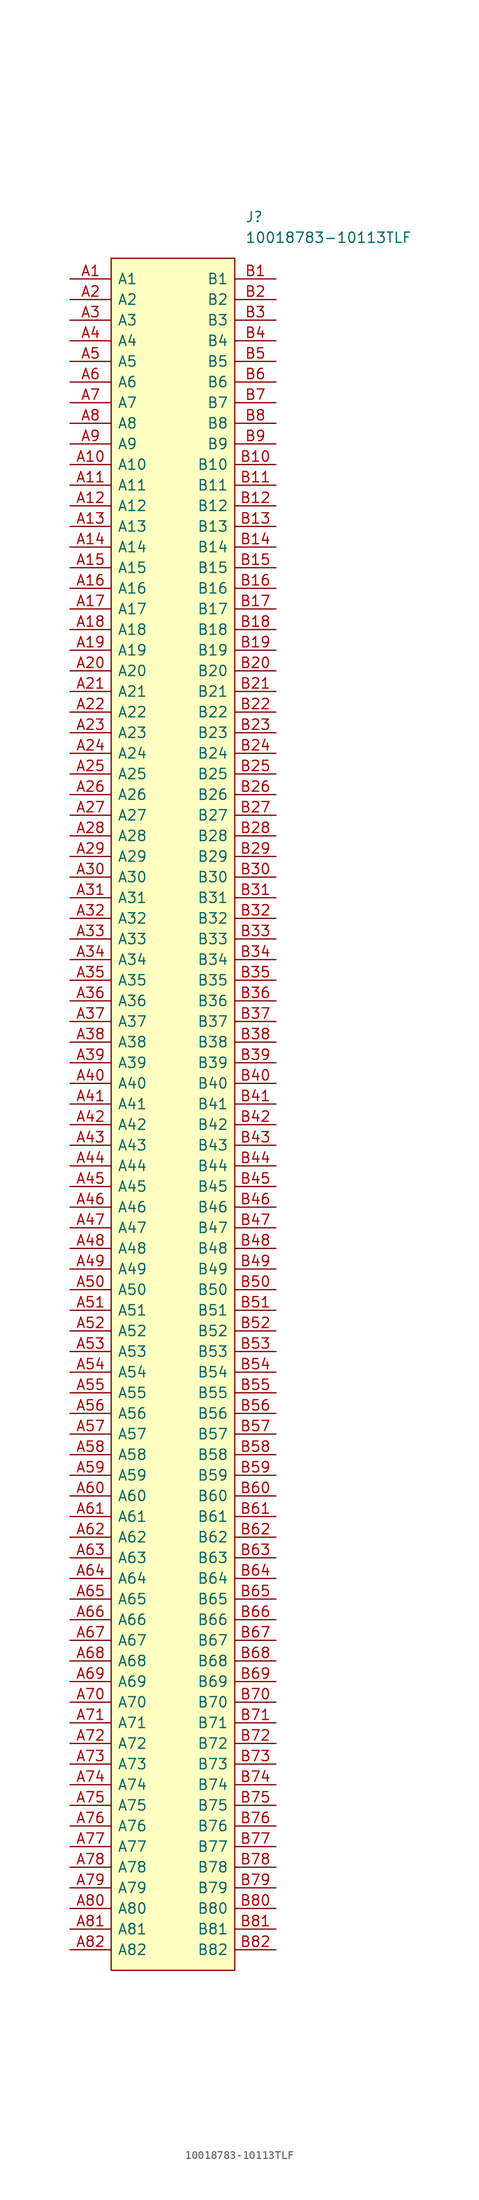
<source format=kicad_sym>
(kicad_symbol_lib
  (version 20231120)
  (generator "kicad_symbol_editor")
  (generator_version "8.0")
  (symbol "10018783-10113TLF"
    (pin_names
      (offset 0.762))
    (property "Reference" "J"
      (at 21.59 7.62 0)
      (effects (font (size 1.27 1.27)) (justify left)))
    (property "Value" "10018783-10113TLF"
      (at 21.59 5.08 0)
      (effects (font (size 1.27 1.27)) (justify left)))
    (symbol "10018783-10113TLF_0_0"
      (pin passive line (at 0 0 0) (length 5.08) (name "A1" (effects (font (size 1.27 1.27)))) (number "A1" (effects (font (size 1.27 1.27)))))
      (pin passive line (at 0 -22.86 0) (length 5.08) (name "A10" (effects (font (size 1.27 1.27)))) (number "A10" (effects (font (size 1.27 1.27)))))
      (pin passive line (at 0 -25.4 0) (length 5.08) (name "A11" (effects (font (size 1.27 1.27)))) (number "A11" (effects (font (size 1.27 1.27)))))
      (pin passive line (at 0 -27.94 0) (length 5.08) (name "A12" (effects (font (size 1.27 1.27)))) (number "A12" (effects (font (size 1.27 1.27)))))
      (pin passive line (at 0 -30.48 0) (length 5.08) (name "A13" (effects (font (size 1.27 1.27)))) (number "A13" (effects (font (size 1.27 1.27)))))
      (pin passive line (at 0 -33.02 0) (length 5.08) (name "A14" (effects (font (size 1.27 1.27)))) (number "A14" (effects (font (size 1.27 1.27)))))
      (pin passive line (at 0 -35.56 0) (length 5.08) (name "A15" (effects (font (size 1.27 1.27)))) (number "A15" (effects (font (size 1.27 1.27)))))
      (pin passive line (at 0 -38.1 0) (length 5.08) (name "A16" (effects (font (size 1.27 1.27)))) (number "A16" (effects (font (size 1.27 1.27)))))
      (pin passive line (at 0 -40.64 0) (length 5.08) (name "A17" (effects (font (size 1.27 1.27)))) (number "A17" (effects (font (size 1.27 1.27)))))
      (pin passive line (at 0 -43.18 0) (length 5.08) (name "A18" (effects (font (size 1.27 1.27)))) (number "A18" (effects (font (size 1.27 1.27)))))
      (pin passive line (at 0 -45.72 0) (length 5.08) (name "A19" (effects (font (size 1.27 1.27)))) (number "A19" (effects (font (size 1.27 1.27)))))
      (pin passive line (at 0 -2.54 0) (length 5.08) (name "A2" (effects (font (size 1.27 1.27)))) (number "A2" (effects (font (size 1.27 1.27)))))
      (pin passive line (at 0 -48.26 0) (length 5.08) (name "A20" (effects (font (size 1.27 1.27)))) (number "A20" (effects (font (size 1.27 1.27)))))
      (pin passive line (at 0 -50.8 0) (length 5.08) (name "A21" (effects (font (size 1.27 1.27)))) (number "A21" (effects (font (size 1.27 1.27)))))
      (pin passive line (at 0 -53.34 0) (length 5.08) (name "A22" (effects (font (size 1.27 1.27)))) (number "A22" (effects (font (size 1.27 1.27)))))
      (pin passive line (at 0 -55.88 0) (length 5.08) (name "A23" (effects (font (size 1.27 1.27)))) (number "A23" (effects (font (size 1.27 1.27)))))
      (pin passive line (at 0 -58.42 0) (length 5.08) (name "A24" (effects (font (size 1.27 1.27)))) (number "A24" (effects (font (size 1.27 1.27)))))
      (pin passive line (at 0 -60.96 0) (length 5.08) (name "A25" (effects (font (size 1.27 1.27)))) (number "A25" (effects (font (size 1.27 1.27)))))
      (pin passive line (at 0 -63.5 0) (length 5.08) (name "A26" (effects (font (size 1.27 1.27)))) (number "A26" (effects (font (size 1.27 1.27)))))
      (pin passive line (at 0 -66.04 0) (length 5.08) (name "A27" (effects (font (size 1.27 1.27)))) (number "A27" (effects (font (size 1.27 1.27)))))
      (pin passive line (at 0 -68.58 0) (length 5.08) (name "A28" (effects (font (size 1.27 1.27)))) (number "A28" (effects (font (size 1.27 1.27)))))
      (pin passive line (at 0 -71.12 0) (length 5.08) (name "A29" (effects (font (size 1.27 1.27)))) (number "A29" (effects (font (size 1.27 1.27)))))
      (pin passive line (at 0 -5.08 0) (length 5.08) (name "A3" (effects (font (size 1.27 1.27)))) (number "A3" (effects (font (size 1.27 1.27)))))
      (pin passive line (at 0 -73.66 0) (length 5.08) (name "A30" (effects (font (size 1.27 1.27)))) (number "A30" (effects (font (size 1.27 1.27)))))
      (pin passive line (at 0 -76.2 0) (length 5.08) (name "A31" (effects (font (size 1.27 1.27)))) (number "A31" (effects (font (size 1.27 1.27)))))
      (pin passive line (at 0 -78.74 0) (length 5.08) (name "A32" (effects (font (size 1.27 1.27)))) (number "A32" (effects (font (size 1.27 1.27)))))
      (pin passive line (at 0 -81.28 0) (length 5.08) (name "A33" (effects (font (size 1.27 1.27)))) (number "A33" (effects (font (size 1.27 1.27)))))
      (pin passive line (at 0 -83.82 0) (length 5.08) (name "A34" (effects (font (size 1.27 1.27)))) (number "A34" (effects (font (size 1.27 1.27)))))
      (pin passive line (at 0 -86.36 0) (length 5.08) (name "A35" (effects (font (size 1.27 1.27)))) (number "A35" (effects (font (size 1.27 1.27)))))
      (pin passive line (at 0 -88.9 0) (length 5.08) (name "A36" (effects (font (size 1.27 1.27)))) (number "A36" (effects (font (size 1.27 1.27)))))
      (pin passive line (at 0 -91.44 0) (length 5.08) (name "A37" (effects (font (size 1.27 1.27)))) (number "A37" (effects (font (size 1.27 1.27)))))
      (pin passive line (at 0 -93.98 0) (length 5.08) (name "A38" (effects (font (size 1.27 1.27)))) (number "A38" (effects (font (size 1.27 1.27)))))
      (pin passive line (at 0 -96.52 0) (length 5.08) (name "A39" (effects (font (size 1.27 1.27)))) (number "A39" (effects (font (size 1.27 1.27)))))
      (pin passive line (at 0 -7.62 0) (length 5.08) (name "A4" (effects (font (size 1.27 1.27)))) (number "A4" (effects (font (size 1.27 1.27)))))
      (pin passive line (at 0 -99.06 0) (length 5.08) (name "A40" (effects (font (size 1.27 1.27)))) (number "A40" (effects (font (size 1.27 1.27)))))
      (pin passive line (at 0 -101.6 0) (length 5.08) (name "A41" (effects (font (size 1.27 1.27)))) (number "A41" (effects (font (size 1.27 1.27)))))
      (pin passive line (at 0 -104.14 0) (length 5.08) (name "A42" (effects (font (size 1.27 1.27)))) (number "A42" (effects (font (size 1.27 1.27)))))
      (pin passive line (at 0 -106.68 0) (length 5.08) (name "A43" (effects (font (size 1.27 1.27)))) (number "A43" (effects (font (size 1.27 1.27)))))
      (pin passive line (at 0 -109.22 0) (length 5.08) (name "A44" (effects (font (size 1.27 1.27)))) (number "A44" (effects (font (size 1.27 1.27)))))
      (pin passive line (at 0 -111.76 0) (length 5.08) (name "A45" (effects (font (size 1.27 1.27)))) (number "A45" (effects (font (size 1.27 1.27)))))
      (pin passive line (at 0 -114.3 0) (length 5.08) (name "A46" (effects (font (size 1.27 1.27)))) (number "A46" (effects (font (size 1.27 1.27)))))
      (pin passive line (at 0 -116.84 0) (length 5.08) (name "A47" (effects (font (size 1.27 1.27)))) (number "A47" (effects (font (size 1.27 1.27)))))
      (pin passive line (at 0 -119.38 0) (length 5.08) (name "A48" (effects (font (size 1.27 1.27)))) (number "A48" (effects (font (size 1.27 1.27)))))
      (pin passive line (at 0 -121.92 0) (length 5.08) (name "A49" (effects (font (size 1.27 1.27)))) (number "A49" (effects (font (size 1.27 1.27)))))
      (pin passive line (at 0 -10.16 0) (length 5.08) (name "A5" (effects (font (size 1.27 1.27)))) (number "A5" (effects (font (size 1.27 1.27)))))
      (pin passive line (at 0 -124.46 0) (length 5.08) (name "A50" (effects (font (size 1.27 1.27)))) (number "A50" (effects (font (size 1.27 1.27)))))
      (pin passive line (at 0 -127 0) (length 5.08) (name "A51" (effects (font (size 1.27 1.27)))) (number "A51" (effects (font (size 1.27 1.27)))))
      (pin passive line (at 0 -129.54 0) (length 5.08) (name "A52" (effects (font (size 1.27 1.27)))) (number "A52" (effects (font (size 1.27 1.27)))))
      (pin passive line (at 0 -132.08 0) (length 5.08) (name "A53" (effects (font (size 1.27 1.27)))) (number "A53" (effects (font (size 1.27 1.27)))))
      (pin passive line (at 0 -134.62 0) (length 5.08) (name "A54" (effects (font (size 1.27 1.27)))) (number "A54" (effects (font (size 1.27 1.27)))))
      (pin passive line (at 0 -137.16 0) (length 5.08) (name "A55" (effects (font (size 1.27 1.27)))) (number "A55" (effects (font (size 1.27 1.27)))))
      (pin passive line (at 0 -139.7 0) (length 5.08) (name "A56" (effects (font (size 1.27 1.27)))) (number "A56" (effects (font (size 1.27 1.27)))))
      (pin passive line (at 0 -142.24 0) (length 5.08) (name "A57" (effects (font (size 1.27 1.27)))) (number "A57" (effects (font (size 1.27 1.27)))))
      (pin passive line (at 0 -144.78 0) (length 5.08) (name "A58" (effects (font (size 1.27 1.27)))) (number "A58" (effects (font (size 1.27 1.27)))))
      (pin passive line (at 0 -147.32 0) (length 5.08) (name "A59" (effects (font (size 1.27 1.27)))) (number "A59" (effects (font (size 1.27 1.27)))))
      (pin passive line (at 0 -12.7 0) (length 5.08) (name "A6" (effects (font (size 1.27 1.27)))) (number "A6" (effects (font (size 1.27 1.27)))))
      (pin passive line (at 0 -149.86 0) (length 5.08) (name "A60" (effects (font (size 1.27 1.27)))) (number "A60" (effects (font (size 1.27 1.27)))))
      (pin passive line (at 0 -152.4 0) (length 5.08) (name "A61" (effects (font (size 1.27 1.27)))) (number "A61" (effects (font (size 1.27 1.27)))))
      (pin passive line (at 0 -154.94 0) (length 5.08) (name "A62" (effects (font (size 1.27 1.27)))) (number "A62" (effects (font (size 1.27 1.27)))))
      (pin passive line (at 0 -157.48 0) (length 5.08) (name "A63" (effects (font (size 1.27 1.27)))) (number "A63" (effects (font (size 1.27 1.27)))))
      (pin passive line (at 0 -160.02 0) (length 5.08) (name "A64" (effects (font (size 1.27 1.27)))) (number "A64" (effects (font (size 1.27 1.27)))))
      (pin passive line (at 0 -162.56 0) (length 5.08) (name "A65" (effects (font (size 1.27 1.27)))) (number "A65" (effects (font (size 1.27 1.27)))))
      (pin passive line (at 0 -165.1 0) (length 5.08) (name "A66" (effects (font (size 1.27 1.27)))) (number "A66" (effects (font (size 1.27 1.27)))))
      (pin passive line (at 0 -167.64 0) (length 5.08) (name "A67" (effects (font (size 1.27 1.27)))) (number "A67" (effects (font (size 1.27 1.27)))))
      (pin passive line (at 0 -170.18 0) (length 5.08) (name "A68" (effects (font (size 1.27 1.27)))) (number "A68" (effects (font (size 1.27 1.27)))))
      (pin passive line (at 0 -172.72 0) (length 5.08) (name "A69" (effects (font (size 1.27 1.27)))) (number "A69" (effects (font (size 1.27 1.27)))))
      (pin passive line (at 0 -15.24 0) (length 5.08) (name "A7" (effects (font (size 1.27 1.27)))) (number "A7" (effects (font (size 1.27 1.27)))))
      (pin passive line (at 0 -175.26 0) (length 5.08) (name "A70" (effects (font (size 1.27 1.27)))) (number "A70" (effects (font (size 1.27 1.27)))))
      (pin passive line (at 0 -177.8 0) (length 5.08) (name "A71" (effects (font (size 1.27 1.27)))) (number "A71" (effects (font (size 1.27 1.27)))))
      (pin passive line (at 0 -180.34 0) (length 5.08) (name "A72" (effects (font (size 1.27 1.27)))) (number "A72" (effects (font (size 1.27 1.27)))))
      (pin passive line (at 0 -182.88 0) (length 5.08) (name "A73" (effects (font (size 1.27 1.27)))) (number "A73" (effects (font (size 1.27 1.27)))))
      (pin passive line (at 0 -185.42 0) (length 5.08) (name "A74" (effects (font (size 1.27 1.27)))) (number "A74" (effects (font (size 1.27 1.27)))))
      (pin passive line (at 0 -187.96 0) (length 5.08) (name "A75" (effects (font (size 1.27 1.27)))) (number "A75" (effects (font (size 1.27 1.27)))))
      (pin passive line (at 0 -190.5 0) (length 5.08) (name "A76" (effects (font (size 1.27 1.27)))) (number "A76" (effects (font (size 1.27 1.27)))))
      (pin passive line (at 0 -193.04 0) (length 5.08) (name "A77" (effects (font (size 1.27 1.27)))) (number "A77" (effects (font (size 1.27 1.27)))))
      (pin passive line (at 0 -195.58 0) (length 5.08) (name "A78" (effects (font (size 1.27 1.27)))) (number "A78" (effects (font (size 1.27 1.27)))))
      (pin passive line (at 0 -198.12 0) (length 5.08) (name "A79" (effects (font (size 1.27 1.27)))) (number "A79" (effects (font (size 1.27 1.27)))))
      (pin passive line (at 0 -17.78 0) (length 5.08) (name "A8" (effects (font (size 1.27 1.27)))) (number "A8" (effects (font (size 1.27 1.27)))))
      (pin passive line (at 0 -200.66 0) (length 5.08) (name "A80" (effects (font (size 1.27 1.27)))) (number "A80" (effects (font (size 1.27 1.27)))))
      (pin passive line (at 0 -203.2 0) (length 5.08) (name "A81" (effects (font (size 1.27 1.27)))) (number "A81" (effects (font (size 1.27 1.27)))))
      (pin passive line (at 0 -205.74 0) (length 5.08) (name "A82" (effects (font (size 1.27 1.27)))) (number "A82" (effects (font (size 1.27 1.27)))))
      (pin passive line (at 0 -20.32 0) (length 5.08) (name "A9" (effects (font (size 1.27 1.27)))) (number "A9" (effects (font (size 1.27 1.27)))))
      (pin passive line (at 25.4 0 180) (length 5.08) (name "B1" (effects (font (size 1.27 1.27)))) (number "B1" (effects (font (size 1.27 1.27)))))
      (pin passive line (at 25.4 -22.86 180) (length 5.08) (name "B10" (effects (font (size 1.27 1.27)))) (number "B10" (effects (font (size 1.27 1.27)))))
      (pin passive line (at 25.4 -25.4 180) (length 5.08) (name "B11" (effects (font (size 1.27 1.27)))) (number "B11" (effects (font (size 1.27 1.27)))))
      (pin passive line (at 25.4 -27.94 180) (length 5.08) (name "B12" (effects (font (size 1.27 1.27)))) (number "B12" (effects (font (size 1.27 1.27)))))
      (pin passive line (at 25.4 -30.48 180) (length 5.08) (name "B13" (effects (font (size 1.27 1.27)))) (number "B13" (effects (font (size 1.27 1.27)))))
      (pin passive line (at 25.4 -33.02 180) (length 5.08) (name "B14" (effects (font (size 1.27 1.27)))) (number "B14" (effects (font (size 1.27 1.27)))))
      (pin passive line (at 25.4 -35.56 180) (length 5.08) (name "B15" (effects (font (size 1.27 1.27)))) (number "B15" (effects (font (size 1.27 1.27)))))
      (pin passive line (at 25.4 -38.1 180) (length 5.08) (name "B16" (effects (font (size 1.27 1.27)))) (number "B16" (effects (font (size 1.27 1.27)))))
      (pin passive line (at 25.4 -40.64 180) (length 5.08) (name "B17" (effects (font (size 1.27 1.27)))) (number "B17" (effects (font (size 1.27 1.27)))))
      (pin passive line (at 25.4 -43.18 180) (length 5.08) (name "B18" (effects (font (size 1.27 1.27)))) (number "B18" (effects (font (size 1.27 1.27)))))
      (pin passive line (at 25.4 -45.72 180) (length 5.08) (name "B19" (effects (font (size 1.27 1.27)))) (number "B19" (effects (font (size 1.27 1.27)))))
      (pin passive line (at 25.4 -2.54 180) (length 5.08) (name "B2" (effects (font (size 1.27 1.27)))) (number "B2" (effects (font (size 1.27 1.27)))))
      (pin passive line (at 25.4 -48.26 180) (length 5.08) (name "B20" (effects (font (size 1.27 1.27)))) (number "B20" (effects (font (size 1.27 1.27)))))
      (pin passive line (at 25.4 -50.8 180) (length 5.08) (name "B21" (effects (font (size 1.27 1.27)))) (number "B21" (effects (font (size 1.27 1.27)))))
      (pin passive line (at 25.4 -53.34 180) (length 5.08) (name "B22" (effects (font (size 1.27 1.27)))) (number "B22" (effects (font (size 1.27 1.27)))))
      (pin passive line (at 25.4 -55.88 180) (length 5.08) (name "B23" (effects (font (size 1.27 1.27)))) (number "B23" (effects (font (size 1.27 1.27)))))
      (pin passive line (at 25.4 -58.42 180) (length 5.08) (name "B24" (effects (font (size 1.27 1.27)))) (number "B24" (effects (font (size 1.27 1.27)))))
      (pin passive line (at 25.4 -60.96 180) (length 5.08) (name "B25" (effects (font (size 1.27 1.27)))) (number "B25" (effects (font (size 1.27 1.27)))))
      (pin passive line (at 25.4 -63.5 180) (length 5.08) (name "B26" (effects (font (size 1.27 1.27)))) (number "B26" (effects (font (size 1.27 1.27)))))
      (pin passive line (at 25.4 -66.04 180) (length 5.08) (name "B27" (effects (font (size 1.27 1.27)))) (number "B27" (effects (font (size 1.27 1.27)))))
      (pin passive line (at 25.4 -68.58 180) (length 5.08) (name "B28" (effects (font (size 1.27 1.27)))) (number "B28" (effects (font (size 1.27 1.27)))))
      (pin passive line (at 25.4 -71.12 180) (length 5.08) (name "B29" (effects (font (size 1.27 1.27)))) (number "B29" (effects (font (size 1.27 1.27)))))
      (pin passive line (at 25.4 -5.08 180) (length 5.08) (name "B3" (effects (font (size 1.27 1.27)))) (number "B3" (effects (font (size 1.27 1.27)))))
      (pin passive line (at 25.4 -73.66 180) (length 5.08) (name "B30" (effects (font (size 1.27 1.27)))) (number "B30" (effects (font (size 1.27 1.27)))))
      (pin passive line (at 25.4 -76.2 180) (length 5.08) (name "B31" (effects (font (size 1.27 1.27)))) (number "B31" (effects (font (size 1.27 1.27)))))
      (pin passive line (at 25.4 -78.74 180) (length 5.08) (name "B32" (effects (font (size 1.27 1.27)))) (number "B32" (effects (font (size 1.27 1.27)))))
      (pin passive line (at 25.4 -81.28 180) (length 5.08) (name "B33" (effects (font (size 1.27 1.27)))) (number "B33" (effects (font (size 1.27 1.27)))))
      (pin passive line (at 25.4 -83.82 180) (length 5.08) (name "B34" (effects (font (size 1.27 1.27)))) (number "B34" (effects (font (size 1.27 1.27)))))
      (pin passive line (at 25.4 -86.36 180) (length 5.08) (name "B35" (effects (font (size 1.27 1.27)))) (number "B35" (effects (font (size 1.27 1.27)))))
      (pin passive line (at 25.4 -88.9 180) (length 5.08) (name "B36" (effects (font (size 1.27 1.27)))) (number "B36" (effects (font (size 1.27 1.27)))))
      (pin passive line (at 25.4 -91.44 180) (length 5.08) (name "B37" (effects (font (size 1.27 1.27)))) (number "B37" (effects (font (size 1.27 1.27)))))
      (pin passive line (at 25.4 -93.98 180) (length 5.08) (name "B38" (effects (font (size 1.27 1.27)))) (number "B38" (effects (font (size 1.27 1.27)))))
      (pin passive line (at 25.4 -96.52 180) (length 5.08) (name "B39" (effects (font (size 1.27 1.27)))) (number "B39" (effects (font (size 1.27 1.27)))))
      (pin passive line (at 25.4 -7.62 180) (length 5.08) (name "B4" (effects (font (size 1.27 1.27)))) (number "B4" (effects (font (size 1.27 1.27)))))
      (pin passive line (at 25.4 -99.06 180) (length 5.08) (name "B40" (effects (font (size 1.27 1.27)))) (number "B40" (effects (font (size 1.27 1.27)))))
      (pin passive line (at 25.4 -101.6 180) (length 5.08) (name "B41" (effects (font (size 1.27 1.27)))) (number "B41" (effects (font (size 1.27 1.27)))))
      (pin passive line (at 25.4 -104.14 180) (length 5.08) (name "B42" (effects (font (size 1.27 1.27)))) (number "B42" (effects (font (size 1.27 1.27)))))
      (pin passive line (at 25.4 -106.68 180) (length 5.08) (name "B43" (effects (font (size 1.27 1.27)))) (number "B43" (effects (font (size 1.27 1.27)))))
      (pin passive line (at 25.4 -109.22 180) (length 5.08) (name "B44" (effects (font (size 1.27 1.27)))) (number "B44" (effects (font (size 1.27 1.27)))))
      (pin passive line (at 25.4 -111.76 180) (length 5.08) (name "B45" (effects (font (size 1.27 1.27)))) (number "B45" (effects (font (size 1.27 1.27)))))
      (pin passive line (at 25.4 -114.3 180) (length 5.08) (name "B46" (effects (font (size 1.27 1.27)))) (number "B46" (effects (font (size 1.27 1.27)))))
      (pin passive line (at 25.4 -116.84 180) (length 5.08) (name "B47" (effects (font (size 1.27 1.27)))) (number "B47" (effects (font (size 1.27 1.27)))))
      (pin passive line (at 25.4 -119.38 180) (length 5.08) (name "B48" (effects (font (size 1.27 1.27)))) (number "B48" (effects (font (size 1.27 1.27)))))
      (pin passive line (at 25.4 -121.92 180) (length 5.08) (name "B49" (effects (font (size 1.27 1.27)))) (number "B49" (effects (font (size 1.27 1.27)))))
      (pin passive line (at 25.4 -10.16 180) (length 5.08) (name "B5" (effects (font (size 1.27 1.27)))) (number "B5" (effects (font (size 1.27 1.27)))))
      (pin passive line (at 25.4 -124.46 180) (length 5.08) (name "B50" (effects (font (size 1.27 1.27)))) (number "B50" (effects (font (size 1.27 1.27)))))
      (pin passive line (at 25.4 -127 180) (length 5.08) (name "B51" (effects (font (size 1.27 1.27)))) (number "B51" (effects (font (size 1.27 1.27)))))
      (pin passive line (at 25.4 -129.54 180) (length 5.08) (name "B52" (effects (font (size 1.27 1.27)))) (number "B52" (effects (font (size 1.27 1.27)))))
      (pin passive line (at 25.4 -132.08 180) (length 5.08) (name "B53" (effects (font (size 1.27 1.27)))) (number "B53" (effects (font (size 1.27 1.27)))))
      (pin passive line (at 25.4 -134.62 180) (length 5.08) (name "B54" (effects (font (size 1.27 1.27)))) (number "B54" (effects (font (size 1.27 1.27)))))
      (pin passive line (at 25.4 -137.16 180) (length 5.08) (name "B55" (effects (font (size 1.27 1.27)))) (number "B55" (effects (font (size 1.27 1.27)))))
      (pin passive line (at 25.4 -139.7 180) (length 5.08) (name "B56" (effects (font (size 1.27 1.27)))) (number "B56" (effects (font (size 1.27 1.27)))))
      (pin passive line (at 25.4 -142.24 180) (length 5.08) (name "B57" (effects (font (size 1.27 1.27)))) (number "B57" (effects (font (size 1.27 1.27)))))
      (pin passive line (at 25.4 -144.78 180) (length 5.08) (name "B58" (effects (font (size 1.27 1.27)))) (number "B58" (effects (font (size 1.27 1.27)))))
      (pin passive line (at 25.4 -147.32 180) (length 5.08) (name "B59" (effects (font (size 1.27 1.27)))) (number "B59" (effects (font (size 1.27 1.27)))))
      (pin passive line (at 25.4 -12.7 180) (length 5.08) (name "B6" (effects (font (size 1.27 1.27)))) (number "B6" (effects (font (size 1.27 1.27)))))
      (pin passive line (at 25.4 -149.86 180) (length 5.08) (name "B60" (effects (font (size 1.27 1.27)))) (number "B60" (effects (font (size 1.27 1.27)))))
      (pin passive line (at 25.4 -152.4 180) (length 5.08) (name "B61" (effects (font (size 1.27 1.27)))) (number "B61" (effects (font (size 1.27 1.27)))))
      (pin passive line (at 25.4 -154.94 180) (length 5.08) (name "B62" (effects (font (size 1.27 1.27)))) (number "B62" (effects (font (size 1.27 1.27)))))
      (pin passive line (at 25.4 -157.48 180) (length 5.08) (name "B63" (effects (font (size 1.27 1.27)))) (number "B63" (effects (font (size 1.27 1.27)))))
      (pin passive line (at 25.4 -160.02 180) (length 5.08) (name "B64" (effects (font (size 1.27 1.27)))) (number "B64" (effects (font (size 1.27 1.27)))))
      (pin passive line (at 25.4 -162.56 180) (length 5.08) (name "B65" (effects (font (size 1.27 1.27)))) (number "B65" (effects (font (size 1.27 1.27)))))
      (pin passive line (at 25.4 -165.1 180) (length 5.08) (name "B66" (effects (font (size 1.27 1.27)))) (number "B66" (effects (font (size 1.27 1.27)))))
      (pin passive line (at 25.4 -167.64 180) (length 5.08) (name "B67" (effects (font (size 1.27 1.27)))) (number "B67" (effects (font (size 1.27 1.27)))))
      (pin passive line (at 25.4 -170.18 180) (length 5.08) (name "B68" (effects (font (size 1.27 1.27)))) (number "B68" (effects (font (size 1.27 1.27)))))
      (pin passive line (at 25.4 -172.72 180) (length 5.08) (name "B69" (effects (font (size 1.27 1.27)))) (number "B69" (effects (font (size 1.27 1.27)))))
      (pin passive line (at 25.4 -15.24 180) (length 5.08) (name "B7" (effects (font (size 1.27 1.27)))) (number "B7" (effects (font (size 1.27 1.27)))))
      (pin passive line (at 25.4 -175.26 180) (length 5.08) (name "B70" (effects (font (size 1.27 1.27)))) (number "B70" (effects (font (size 1.27 1.27)))))
      (pin passive line (at 25.4 -177.8 180) (length 5.08) (name "B71" (effects (font (size 1.27 1.27)))) (number "B71" (effects (font (size 1.27 1.27)))))
      (pin passive line (at 25.4 -180.34 180) (length 5.08) (name "B72" (effects (font (size 1.27 1.27)))) (number "B72" (effects (font (size 1.27 1.27)))))
      (pin passive line (at 25.4 -182.88 180) (length 5.08) (name "B73" (effects (font (size 1.27 1.27)))) (number "B73" (effects (font (size 1.27 1.27)))))
      (pin passive line (at 25.4 -185.42 180) (length 5.08) (name "B74" (effects (font (size 1.27 1.27)))) (number "B74" (effects (font (size 1.27 1.27)))))
      (pin passive line (at 25.4 -187.96 180) (length 5.08) (name "B75" (effects (font (size 1.27 1.27)))) (number "B75" (effects (font (size 1.27 1.27)))))
      (pin passive line (at 25.4 -190.5 180) (length 5.08) (name "B76" (effects (font (size 1.27 1.27)))) (number "B76" (effects (font (size 1.27 1.27)))))
      (pin passive line (at 25.4 -193.04 180) (length 5.08) (name "B77" (effects (font (size 1.27 1.27)))) (number "B77" (effects (font (size 1.27 1.27)))))
      (pin passive line (at 25.4 -195.58 180) (length 5.08) (name "B78" (effects (font (size 1.27 1.27)))) (number "B78" (effects (font (size 1.27 1.27)))))
      (pin passive line (at 25.4 -198.12 180) (length 5.08) (name "B79" (effects (font (size 1.27 1.27)))) (number "B79" (effects (font (size 1.27 1.27)))))
      (pin passive line (at 25.4 -17.78 180) (length 5.08) (name "B8" (effects (font (size 1.27 1.27)))) (number "B8" (effects (font (size 1.27 1.27)))))
      (pin passive line (at 25.4 -200.66 180) (length 5.08) (name "B80" (effects (font (size 1.27 1.27)))) (number "B80" (effects (font (size 1.27 1.27)))))
      (pin passive line (at 25.4 -203.2 180) (length 5.08) (name "B81" (effects (font (size 1.27 1.27)))) (number "B81" (effects (font (size 1.27 1.27)))))
      (pin passive line (at 25.4 -205.74 180) (length 5.08) (name "B82" (effects (font (size 1.27 1.27)))) (number "B82" (effects (font (size 1.27 1.27)))))
      (pin passive line (at 25.4 -20.32 180) (length 5.08) (name "B9" (effects (font (size 1.27 1.27)))) (number "B9" (effects (font (size 1.27 1.27))))))
    (symbol "10018783-10113TLF_1_1"
      (polyline (pts (xy 5.08 2.54) (xy 20.32 2.54) (xy 20.32 -208.28) (xy 5.08 -208.28) (xy 5.08 2.54)) (stroke (width 0.152) (type solid)) (fill (type background))))))
</source>
